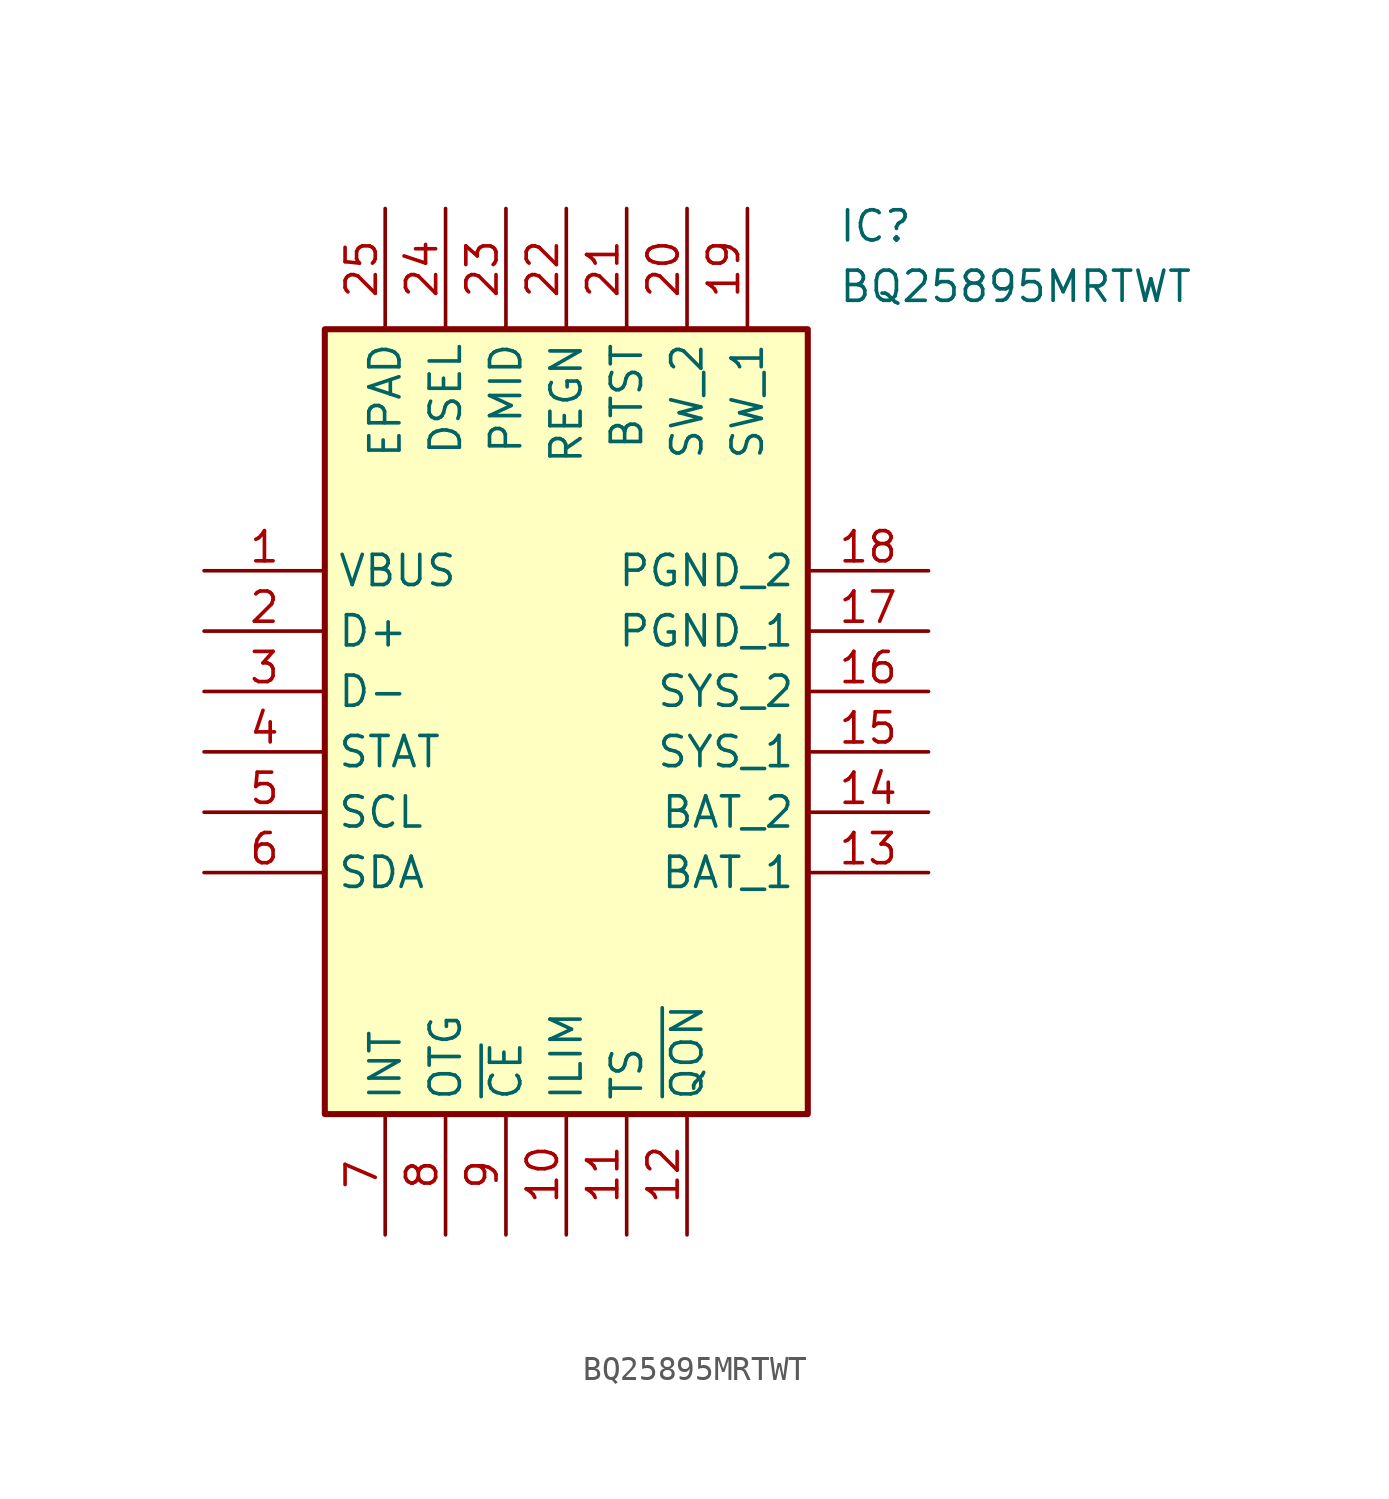
<source format=kicad_sym>
(kicad_symbol_lib
  (version 20211014)
  (generator SamacSys_ECAD_Model)
  (symbol "BQ25895MRTWT"
    (property "Reference" "IC"
      (at 26.67 15.24 0)
      (effects (font (size 1.27 1.27)) (justify left top)))
    (property "Value" "BQ25895MRTWT"
      (at 26.67 12.7 0)
      (effects (font (size 1.27 1.27)) (justify left top)))
    (rectangle
      (start 5.08 10.16)
      (end 25.4 -22.86)
      (stroke (width 0.254) (type default))
      (fill (type background)))
    (pin passive line
      (at 0 0 0)
      (length 5.08)
      (name "VBUS" (effects (font (size 1.27 1.27))))
      (number "1" (effects (font (size 1.27 1.27)))))
    (pin passive line
      (at 0 -2.54 0)
      (length 5.08)
      (name "D+" (effects (font (size 1.27 1.27))))
      (number "2" (effects (font (size 1.27 1.27)))))
    (pin passive line
      (at 0 -5.08 0)
      (length 5.08)
      (name "D-" (effects (font (size 1.27 1.27))))
      (number "3" (effects (font (size 1.27 1.27)))))
    (pin passive line
      (at 0 -7.62 0)
      (length 5.08)
      (name "STAT" (effects (font (size 1.27 1.27))))
      (number "4" (effects (font (size 1.27 1.27)))))
    (pin passive line
      (at 0 -10.16 0)
      (length 5.08)
      (name "SCL" (effects (font (size 1.27 1.27))))
      (number "5" (effects (font (size 1.27 1.27)))))
    (pin passive line
      (at 0 -12.7 0)
      (length 5.08)
      (name "SDA" (effects (font (size 1.27 1.27))))
      (number "6" (effects (font (size 1.27 1.27)))))
    (pin passive line
      (at 7.62 -27.94 90)
      (length 5.08)
      (name "INT" (effects (font (size 1.27 1.27))))
      (number "7" (effects (font (size 1.27 1.27)))))
    (pin passive line
      (at 10.16 -27.94 90)
      (length 5.08)
      (name "OTG" (effects (font (size 1.27 1.27))))
      (number "8" (effects (font (size 1.27 1.27)))))
    (pin passive line
      (at 12.7 -27.94 90)
      (length 5.08)
      (name "~{CE}" (effects (font (size 1.27 1.27))))
      (number "9" (effects (font (size 1.27 1.27)))))
    (pin passive line
      (at 15.24 -27.94 90)
      (length 5.08)
      (name "ILIM" (effects (font (size 1.27 1.27))))
      (number "10" (effects (font (size 1.27 1.27)))))
    (pin passive line
      (at 17.78 -27.94 90)
      (length 5.08)
      (name "TS" (effects (font (size 1.27 1.27))))
      (number "11" (effects (font (size 1.27 1.27)))))
    (pin passive line
      (at 20.32 -27.94 90)
      (length 5.08)
      (name "~{QON}" (effects (font (size 1.27 1.27))))
      (number "12" (effects (font (size 1.27 1.27)))))
    (pin passive line
      (at 30.48 0 180)
      (length 5.08)
      (name "PGND_2" (effects (font (size 1.27 1.27))))
      (number "18" (effects (font (size 1.27 1.27)))))
    (pin passive line
      (at 30.48 -2.54 180)
      (length 5.08)
      (name "PGND_1" (effects (font (size 1.27 1.27))))
      (number "17" (effects (font (size 1.27 1.27)))))
    (pin passive line
      (at 30.48 -5.08 180)
      (length 5.08)
      (name "SYS_2" (effects (font (size 1.27 1.27))))
      (number "16" (effects (font (size 1.27 1.27)))))
    (pin passive line
      (at 30.48 -7.62 180)
      (length 5.08)
      (name "SYS_1" (effects (font (size 1.27 1.27))))
      (number "15" (effects (font (size 1.27 1.27)))))
    (pin passive line
      (at 30.48 -10.16 180)
      (length 5.08)
      (name "BAT_2" (effects (font (size 1.27 1.27))))
      (number "14" (effects (font (size 1.27 1.27)))))
    (pin passive line
      (at 30.48 -12.7 180)
      (length 5.08)
      (name "BAT_1" (effects (font (size 1.27 1.27))))
      (number "13" (effects (font (size 1.27 1.27)))))
    (pin passive line
      (at 7.62 15.24 270)
      (length 5.08)
      (name "EPAD" (effects (font (size 1.27 1.27))))
      (number "25" (effects (font (size 1.27 1.27)))))
    (pin passive line
      (at 10.16 15.24 270)
      (length 5.08)
      (name "DSEL" (effects (font (size 1.27 1.27))))
      (number "24" (effects (font (size 1.27 1.27)))))
    (pin passive line
      (at 12.7 15.24 270)
      (length 5.08)
      (name "PMID" (effects (font (size 1.27 1.27))))
      (number "23" (effects (font (size 1.27 1.27)))))
    (pin passive line
      (at 15.24 15.24 270)
      (length 5.08)
      (name "REGN" (effects (font (size 1.27 1.27))))
      (number "22" (effects (font (size 1.27 1.27)))))
    (pin passive line
      (at 17.78 15.24 270)
      (length 5.08)
      (name "BTST" (effects (font (size 1.27 1.27))))
      (number "21" (effects (font (size 1.27 1.27)))))
    (pin passive line
      (at 20.32 15.24 270)
      (length 5.08)
      (name "SW_2" (effects (font (size 1.27 1.27))))
      (number "20" (effects (font (size 1.27 1.27)))))
    (pin passive line
      (at 22.86 15.24 270)
      (length 5.08)
      (name "SW_1" (effects (font (size 1.27 1.27))))
      (number "19" (effects (font (size 1.27 1.27)))))))
</source>
